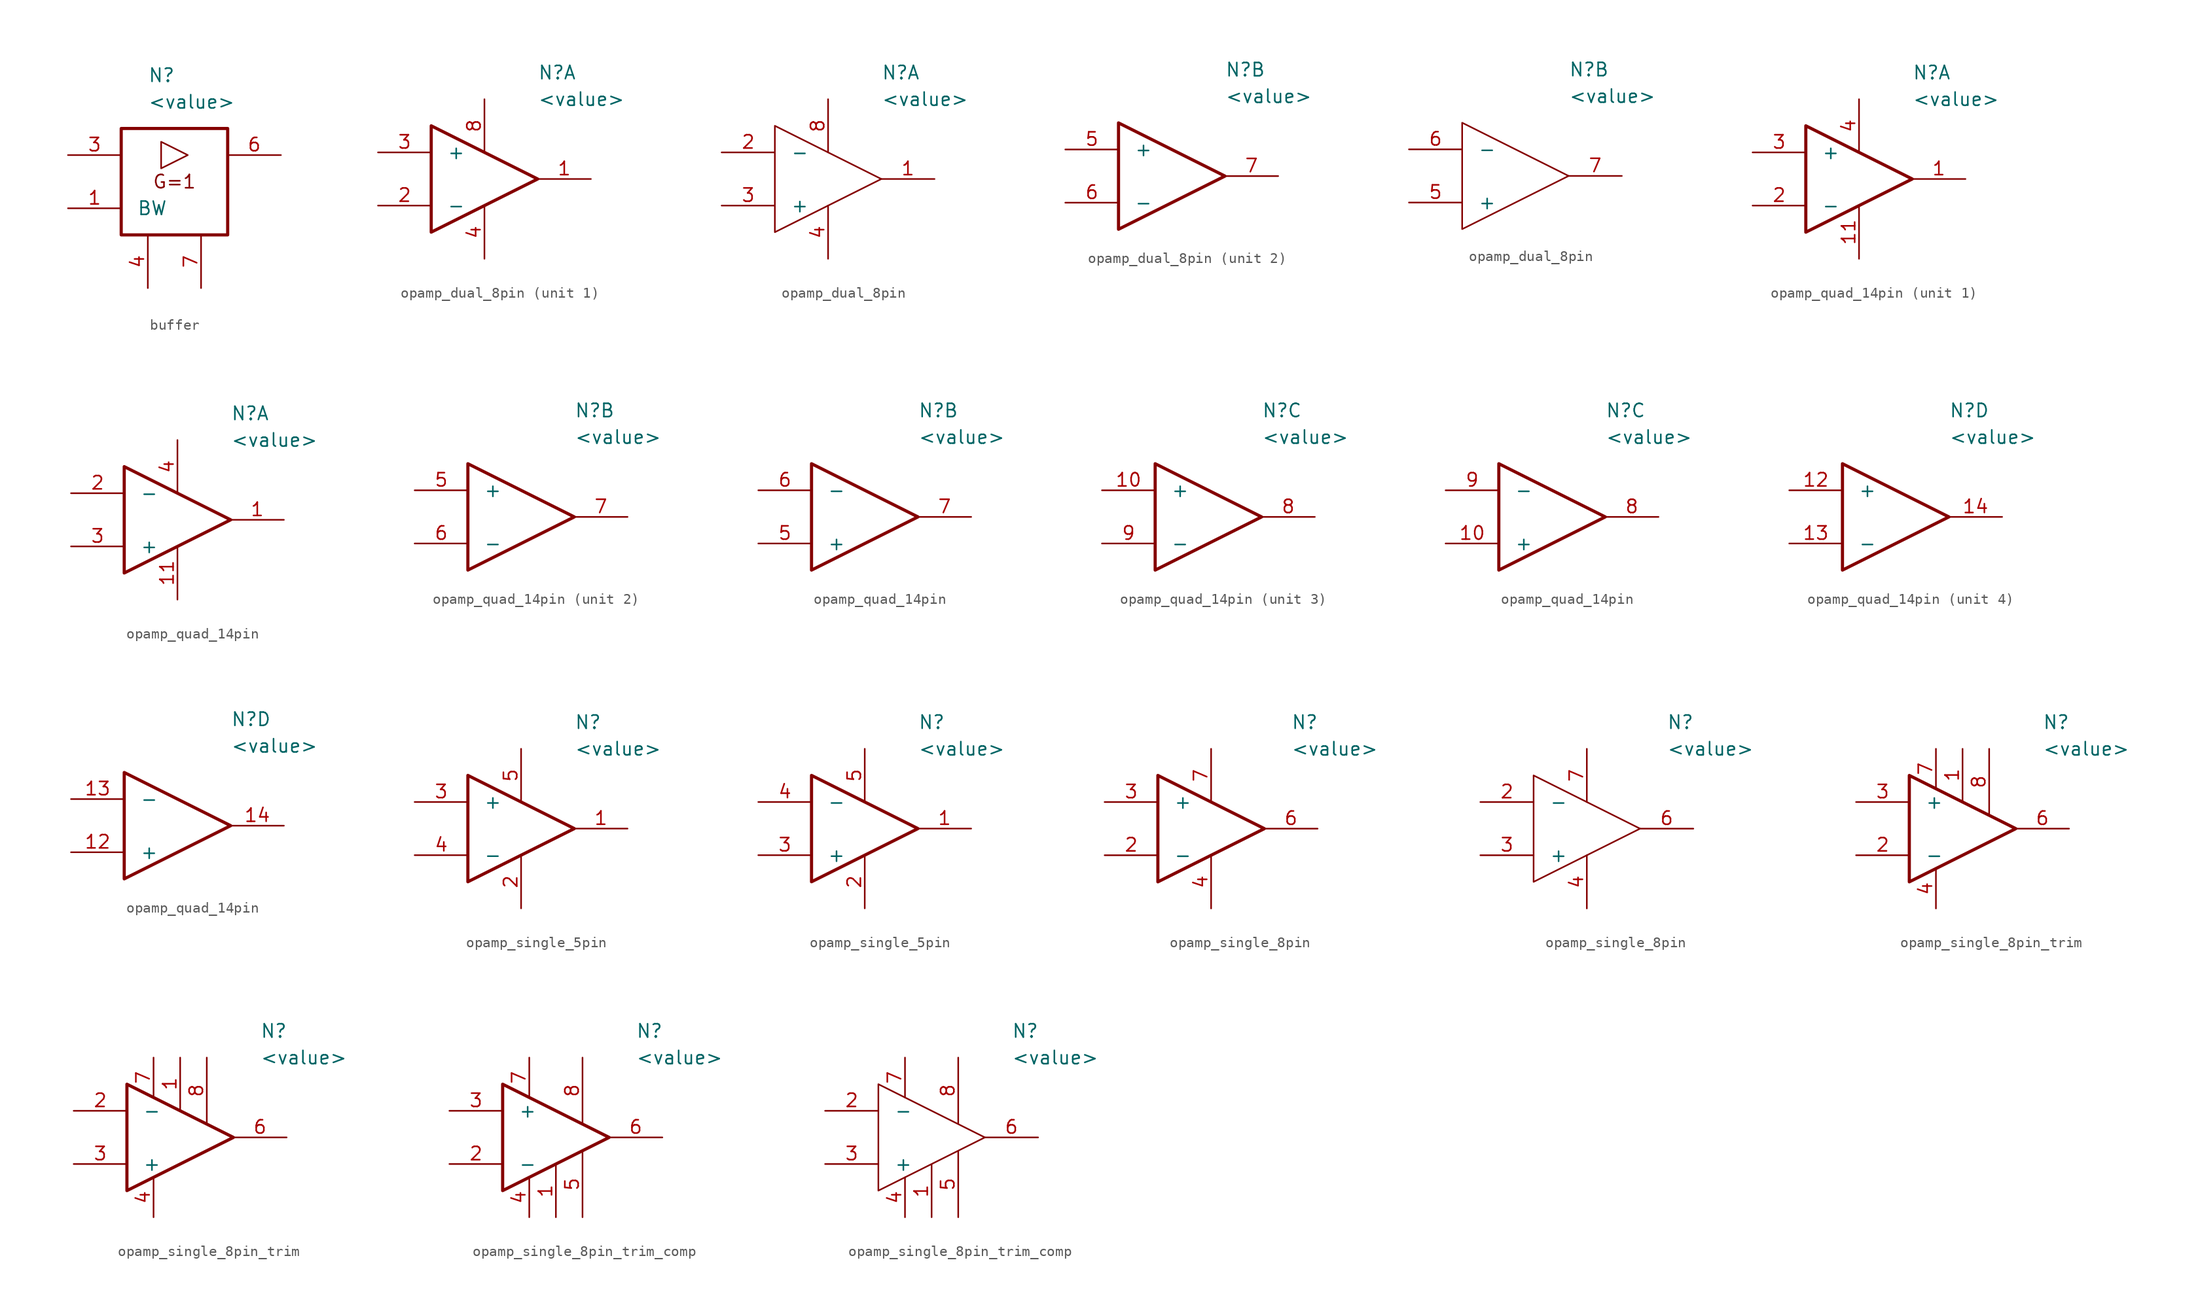
<source format=kicad_sym>
(kicad_symbol_lib
  (version 20241209)
  (generator "kicad_symbol_editor")
  (generator_version "9.0")
  (symbol "buffer"
    (pin_names
      (offset 1.5))
    (property "Reference" "N"
      (at -2.54 10.16 0)
      (effects (font (size 1.27 1.27)) (justify left)))
    (property "Value" "<value>"
      (at -2.54 7.62 0)
      (effects (font (size 1.27 1.27)) (justify left)))
    (symbol "buffer_0_1"
      (rectangle (start -5.08 5.08) (end 5.08 -5.08) (stroke (width 0.3) (type default)) (fill (type none)))
      (polyline (pts (xy -1.27 3.81) (xy -1.27 1.27) (xy 1.27 2.54) (xy -1.27 3.81)) (stroke (width 0) (type default)) (fill (type none))))
    (symbol "buffer_1_1"
      (text "G=1" (at 0 0 0) (effects (font (size 1.27 1.27))))
      (pin input line (at -10.16 2.54 0) (length 5.08) (name "" (effects (font (size 1.27 1.27)))) (number "3" (effects (font (size 1.27 1.27)))))
      (pin input line (at -10.16 -2.54 0) (length 5.08) (name "BW" (effects (font (size 1.27 1.27)))) (number "1" (effects (font (size 1.27 1.27)))))
      (pin power_in line (at -2.54 -10.16 90) (length 5.08) (name "" (effects (font (size 1.27 1.27)))) (number "4" (effects (font (size 1.27 1.27)))))
      (pin power_in line (at 2.54 -10.16 90) (length 5.08) (name "" (effects (font (size 1.27 1.27)))) (number "7" (effects (font (size 1.27 1.27)))))
      (pin output line (at 10.16 2.54 180) (length 5.08) (name "" (effects (font (size 1.27 1.27)))) (number "6" (effects (font (size 1.27 1.27)))))))
  (symbol "opamp_dual_8pin"
    (pin_names
      (offset 1.5))
    (property "Reference" "N"
      (at 10.16 10.16 0)
      (effects (font (size 1.27 1.27)) (justify left)))
    (property "Value" "<value>"
      (at 10.16 7.62 0)
      (effects (font (size 1.27 1.27)) (justify left)))
    (symbol "opamp_dual_8pin_0_1"
      (polyline (pts (xy 0 5.08) (xy 0 -5.08) (xy 10.16 0) (xy 0 5.08)) (stroke (width 0.3) (type default)) (fill (type none))))
    (symbol "opamp_dual_8pin_0_2"
      (polyline (pts (xy 0 5.08) (xy 0 -5.08) (xy 10.16 0) (xy 0 5.08)) (stroke (width 0) (type default)) (fill (type none))))
    (symbol "opamp_dual_8pin_1_1"
      (pin input line (at -5.08 2.54 0) (length 5.08) (name "+" (effects (font (size 1.27 1.27)))) (number "3" (effects (font (size 1.27 1.27)))))
      (pin input line (at -5.08 -2.54 0) (length 5.08) (name "-" (effects (font (size 1.27 1.27)))) (number "2" (effects (font (size 1.27 1.27)))))
      (pin power_in line (at 5.08 7.62 270) (length 5.08) (name "" (effects (font (size 1.27 1.27)))) (number "8" (effects (font (size 1.27 1.27)))))
      (pin power_in line (at 5.08 -7.62 90) (length 5.08) (name "" (effects (font (size 1.27 1.27)))) (number "4" (effects (font (size 1.27 1.27)))))
      (pin output line (at 15.24 0 180) (length 5.08) (name "" (effects (font (size 1.27 1.27)))) (number "1" (effects (font (size 1.27 1.27))))))
    (symbol "opamp_dual_8pin_1_2"
      (pin input line (at -5.08 2.54 0) (length 5.08) (name "-" (effects (font (size 1.27 1.27)))) (number "2" (effects (font (size 1.27 1.27)))))
      (pin input line (at -5.08 -2.54 0) (length 5.08) (name "+" (effects (font (size 1.27 1.27)))) (number "3" (effects (font (size 1.27 1.27)))))
      (pin power_in line (at 5.08 7.62 270) (length 5.08) (name "" (effects (font (size 1.27 1.27)))) (number "8" (effects (font (size 1.27 1.27)))))
      (pin power_in line (at 5.08 -7.62 90) (length 5.08) (name "" (effects (font (size 1.27 1.27)))) (number "4" (effects (font (size 1.27 1.27)))))
      (pin output line (at 15.24 0 180) (length 5.08) (name "" (effects (font (size 1.27 1.27)))) (number "1" (effects (font (size 1.27 1.27))))))
    (symbol "opamp_dual_8pin_2_1"
      (pin input line (at -5.08 2.54 0) (length 5.08) (name "+" (effects (font (size 1.27 1.27)))) (number "5" (effects (font (size 1.27 1.27)))))
      (pin input line (at -5.08 -2.54 0) (length 5.08) (name "-" (effects (font (size 1.27 1.27)))) (number "6" (effects (font (size 1.27 1.27)))))
      (pin output line (at 15.24 0 180) (length 5.08) (name "" (effects (font (size 1.27 1.27)))) (number "7" (effects (font (size 1.27 1.27))))))
    (symbol "opamp_dual_8pin_2_2"
      (pin input line (at -5.08 2.54 0) (length 5.08) (name "-" (effects (font (size 1.27 1.27)))) (number "6" (effects (font (size 1.27 1.27)))))
      (pin input line (at -5.08 -2.54 0) (length 5.08) (name "+" (effects (font (size 1.27 1.27)))) (number "5" (effects (font (size 1.27 1.27)))))
      (pin output line (at 15.24 0 180) (length 5.08) (name "" (effects (font (size 1.27 1.27)))) (number "7" (effects (font (size 1.27 1.27)))))))
  (symbol "opamp_quad_14pin"
    (pin_names
      (offset 1.5))
    (property "Reference" "N"
      (at 10.16 10.16 0)
      (effects (font (size 1.27 1.27)) (justify left)))
    (property "Value" "<value>"
      (at 10.16 7.62 0)
      (effects (font (size 1.27 1.27)) (justify left)))
    (symbol "opamp_quad_14pin_0_1"
      (polyline (pts (xy 0 5.08) (xy 0 -5.08) (xy 10.16 0) (xy 0 5.08)) (stroke (width 0.3) (type default)) (fill (type none))))
    (symbol "opamp_quad_14pin_0_2"
      (polyline (pts (xy 0 5.08) (xy 0 -5.08) (xy 10.16 0) (xy 0 5.08)) (stroke (width 0.3) (type solid)) (fill (type none))))
    (symbol "opamp_quad_14pin_1_1"
      (pin input line (at -5.08 2.54 0) (length 5.08) (name "+" (effects (font (size 1.27 1.27)))) (number "3" (effects (font (size 1.27 1.27)))))
      (pin input line (at -5.08 -2.54 0) (length 5.08) (name "-" (effects (font (size 1.27 1.27)))) (number "2" (effects (font (size 1.27 1.27)))))
      (pin power_in line (at 5.08 7.62 270) (length 5.08) (name "" (effects (font (size 1.27 1.27)))) (number "4" (effects (font (size 1.27 1.27)))))
      (pin power_in line (at 5.08 -7.62 90) (length 5.08) (name "" (effects (font (size 1.27 1.27)))) (number "11" (effects (font (size 1.27 1.27)))))
      (pin output line (at 15.24 0 180) (length 5.08) (name "" (effects (font (size 1.27 1.27)))) (number "1" (effects (font (size 1.27 1.27))))))
    (symbol "opamp_quad_14pin_1_2"
      (pin input line (at -5.08 2.54 0) (length 5.08) (name "-" (effects (font (size 1.27 1.27)))) (number "2" (effects (font (size 1.27 1.27)))))
      (pin input line (at -5.08 -2.54 0) (length 5.08) (name "+" (effects (font (size 1.27 1.27)))) (number "3" (effects (font (size 1.27 1.27)))))
      (pin power_in line (at 5.08 7.62 270) (length 5.08) (name "" (effects (font (size 1.27 1.27)))) (number "4" (effects (font (size 1.27 1.27)))))
      (pin power_in line (at 5.08 -7.62 90) (length 5.08) (name "" (effects (font (size 1.27 1.27)))) (number "11" (effects (font (size 1.27 1.27)))))
      (pin output line (at 15.24 0 180) (length 5.08) (name "" (effects (font (size 1.27 1.27)))) (number "1" (effects (font (size 1.27 1.27))))))
    (symbol "opamp_quad_14pin_2_1"
      (pin input line (at -5.08 2.54 0) (length 5.08) (name "+" (effects (font (size 1.27 1.27)))) (number "5" (effects (font (size 1.27 1.27)))))
      (pin input line (at -5.08 -2.54 0) (length 5.08) (name "-" (effects (font (size 1.27 1.27)))) (number "6" (effects (font (size 1.27 1.27)))))
      (pin output line (at 15.24 0 180) (length 5.08) (name "" (effects (font (size 1.27 1.27)))) (number "7" (effects (font (size 1.27 1.27))))))
    (symbol "opamp_quad_14pin_2_2"
      (pin input line (at -5.08 2.54 0) (length 5.08) (name "-" (effects (font (size 1.27 1.27)))) (number "6" (effects (font (size 1.27 1.27)))))
      (pin input line (at -5.08 -2.54 0) (length 5.08) (name "+" (effects (font (size 1.27 1.27)))) (number "5" (effects (font (size 1.27 1.27)))))
      (pin output line (at 15.24 0 180) (length 5.08) (name "" (effects (font (size 1.27 1.27)))) (number "7" (effects (font (size 1.27 1.27))))))
    (symbol "opamp_quad_14pin_3_1"
      (pin input line (at -5.08 2.54 0) (length 5.08) (name "+" (effects (font (size 1.27 1.27)))) (number "10" (effects (font (size 1.27 1.27)))))
      (pin input line (at -5.08 -2.54 0) (length 5.08) (name "-" (effects (font (size 1.27 1.27)))) (number "9" (effects (font (size 1.27 1.27)))))
      (pin output line (at 15.24 0 180) (length 5.08) (name "" (effects (font (size 1.27 1.27)))) (number "8" (effects (font (size 1.27 1.27))))))
    (symbol "opamp_quad_14pin_3_2"
      (pin input line (at -5.08 2.54 0) (length 5.08) (name "-" (effects (font (size 1.27 1.27)))) (number "9" (effects (font (size 1.27 1.27)))))
      (pin input line (at -5.08 -2.54 0) (length 5.08) (name "+" (effects (font (size 1.27 1.27)))) (number "10" (effects (font (size 1.27 1.27)))))
      (pin output line (at 15.24 0 180) (length 5.08) (name "" (effects (font (size 1.27 1.27)))) (number "8" (effects (font (size 1.27 1.27))))))
    (symbol "opamp_quad_14pin_4_1"
      (pin input line (at -5.08 2.54 0) (length 5.08) (name "+" (effects (font (size 1.27 1.27)))) (number "12" (effects (font (size 1.27 1.27)))))
      (pin input line (at -5.08 -2.54 0) (length 5.08) (name "-" (effects (font (size 1.27 1.27)))) (number "13" (effects (font (size 1.27 1.27)))))
      (pin output line (at 15.24 0 180) (length 5.08) (name "" (effects (font (size 1.27 1.27)))) (number "14" (effects (font (size 1.27 1.27))))))
    (symbol "opamp_quad_14pin_4_2"
      (pin input line (at -5.08 2.54 0) (length 5.08) (name "-" (effects (font (size 1.27 1.27)))) (number "13" (effects (font (size 1.27 1.27)))))
      (pin input line (at -5.08 -2.54 0) (length 5.08) (name "+" (effects (font (size 1.27 1.27)))) (number "12" (effects (font (size 1.27 1.27)))))
      (pin output line (at 15.24 0 180) (length 5.08) (name "" (effects (font (size 1.27 1.27)))) (number "14" (effects (font (size 1.27 1.27)))))))
  (symbol "opamp_single_5pin"
    (pin_names
      (offset 1.5))
    (property "Reference" "N"
      (at 10.16 10.16 0)
      (effects (font (size 1.27 1.27)) (justify left)))
    (property "Value" "<value>"
      (at 10.16 7.62 0)
      (effects (font (size 1.27 1.27)) (justify left)))
    (symbol "opamp_single_5pin_0_1"
      (polyline (pts (xy 0 5.08) (xy 0 -5.08) (xy 10.16 0) (xy 0 5.08)) (stroke (width 0.3) (type default)) (fill (type none))))
    (symbol "opamp_single_5pin_0_2"
      (polyline (pts (xy 0 5.08) (xy 0 -5.08) (xy 10.16 0) (xy 0 5.08)) (stroke (width 0.3) (type default)) (fill (type none))))
    (symbol "opamp_single_5pin_1_1"
      (pin passive line (at -5.08 2.54 0) (length 5.08) (name "+" (effects (font (size 1.27 1.27)))) (number "3" (effects (font (size 1.27 1.27)))))
      (pin passive line (at -5.08 -2.54 0) (length 5.08) (name "-" (effects (font (size 1.27 1.27)))) (number "4" (effects (font (size 1.27 1.27)))))
      (pin passive line (at 5.08 7.62 270) (length 5.08) (name "" (effects (font (size 1.27 1.27)))) (number "5" (effects (font (size 1.27 1.27)))))
      (pin passive line (at 5.08 -7.62 90) (length 5.08) (name "" (effects (font (size 1.27 1.27)))) (number "2" (effects (font (size 1.27 1.27)))))
      (pin passive line (at 15.24 0 180) (length 5.08) (name "" (effects (font (size 1.27 1.27)))) (number "1" (effects (font (size 1.27 1.27))))))
    (symbol "opamp_single_5pin_1_2"
      (pin passive line (at -5.08 2.54 0) (length 5.08) (name "-" (effects (font (size 1.27 1.27)))) (number "4" (effects (font (size 1.27 1.27)))))
      (pin passive line (at -5.08 -2.54 0) (length 5.08) (name "+" (effects (font (size 1.27 1.27)))) (number "3" (effects (font (size 1.27 1.27)))))
      (pin passive line (at 5.08 7.62 270) (length 5.08) (name "" (effects (font (size 1.27 1.27)))) (number "5" (effects (font (size 1.27 1.27)))))
      (pin passive line (at 5.08 -7.62 90) (length 5.08) (name "" (effects (font (size 1.27 1.27)))) (number "2" (effects (font (size 1.27 1.27)))))
      (pin passive line (at 15.24 0 180) (length 5.08) (name "" (effects (font (size 1.27 1.27)))) (number "1" (effects (font (size 1.27 1.27)))))))
  (symbol "opamp_single_8pin"
    (pin_names
      (offset 1.5))
    (property "Reference" "N"
      (at 12.7 10.16 0)
      (effects (font (size 1.27 1.27)) (justify left)))
    (property "Value" "<value>"
      (at 12.7 7.62 0)
      (effects (font (size 1.27 1.27)) (justify left)))
    (symbol "opamp_single_8pin_0_1"
      (polyline (pts (xy 0 5.08) (xy 0 -5.08) (xy 10.16 0) (xy 0 5.08)) (stroke (width 0.3) (type default)) (fill (type none))))
    (symbol "opamp_single_8pin_0_2"
      (polyline (pts (xy 0 5.08) (xy 0 -5.08) (xy 10.16 0) (xy 0 5.08)) (stroke (width 0) (type default)) (fill (type none))))
    (symbol "opamp_single_8pin_1_1"
      (pin input line (at -5.08 2.54 0) (length 5.08) (name "+" (effects (font (size 1.27 1.27)))) (number "3" (effects (font (size 1.27 1.27)))))
      (pin input line (at -5.08 -2.54 0) (length 5.08) (name "-" (effects (font (size 1.27 1.27)))) (number "2" (effects (font (size 1.27 1.27)))))
      (pin power_in line (at 5.08 7.62 270) (length 5.08) (name "" (effects (font (size 1.27 1.27)))) (number "7" (effects (font (size 1.27 1.27)))))
      (pin power_in line (at 5.08 -7.62 90) (length 5.08) (name "" (effects (font (size 1.27 1.27)))) (number "4" (effects (font (size 1.27 1.27)))))
      (pin output line (at 15.24 0 180) (length 5.08) (name "" (effects (font (size 1.27 1.27)))) (number "6" (effects (font (size 1.27 1.27))))))
    (symbol "opamp_single_8pin_1_2"
      (pin input line (at -5.08 2.54 0) (length 5.08) (name "-" (effects (font (size 1.27 1.27)))) (number "2" (effects (font (size 1.27 1.27)))))
      (pin input line (at -5.08 -2.54 0) (length 5.08) (name "+" (effects (font (size 1.27 1.27)))) (number "3" (effects (font (size 1.27 1.27)))))
      (pin power_in line (at 5.08 7.62 270) (length 5.08) (name "" (effects (font (size 1.27 1.27)))) (number "7" (effects (font (size 1.27 1.27)))))
      (pin power_in line (at 5.08 -7.62 90) (length 5.08) (name "" (effects (font (size 1.27 1.27)))) (number "4" (effects (font (size 1.27 1.27)))))
      (pin output line (at 15.24 0 180) (length 5.08) (name "" (effects (font (size 1.27 1.27)))) (number "6" (effects (font (size 1.27 1.27)))))))
  (symbol "opamp_single_8pin_trim"
    (pin_names
      (offset 1.5))
    (property "Reference" "N"
      (at 12.7 10.16 0)
      (effects (font (size 1.27 1.27)) (justify left)))
    (property "Value" "<value>"
      (at 12.7 7.62 0)
      (effects (font (size 1.27 1.27)) (justify left)))
    (symbol "opamp_single_8pin_trim_0_1"
      (polyline (pts (xy 0 5.08) (xy 0 -5.08) (xy 10.16 0) (xy 0 5.08)) (stroke (width 0.3) (type default)) (fill (type none))))
    (symbol "opamp_single_8pin_trim_0_2"
      (polyline (pts (xy 0 5.08) (xy 0 -5.08) (xy 10.16 0) (xy 0 5.08)) (stroke (width 0.3) (type default)) (fill (type none))))
    (symbol "opamp_single_8pin_trim_1_1"
      (pin input line (at -5.08 2.54 0) (length 5.08) (name "+" (effects (font (size 1.27 1.27)))) (number "3" (effects (font (size 1.27 1.27)))))
      (pin input line (at -5.08 -2.54 0) (length 5.08) (name "-" (effects (font (size 1.27 1.27)))) (number "2" (effects (font (size 1.27 1.27)))))
      (pin power_in line (at 2.54 7.62 270) (length 3.8) (name "" (effects (font (size 1.27 1.27)))) (number "7" (effects (font (size 1.27 1.27)))))
      (pin power_in line (at 2.54 -7.62 90) (length 3.8) (name "" (effects (font (size 1.27 1.27)))) (number "4" (effects (font (size 1.27 1.27)))))
      (pin passive line (at 5.08 7.62 270) (length 5) (name "" (effects (font (size 1.27 1.27)))) (number "1" (effects (font (size 1.27 1.27)))))
      (pin passive line (at 7.62 7.62 270) (length 6.3) (name "" (effects (font (size 1.27 1.27)))) (number "8" (effects (font (size 1.27 1.27)))))
      (pin output line (at 15.24 0 180) (length 5.08) (name "" (effects (font (size 1.27 1.27)))) (number "6" (effects (font (size 1.27 1.27))))))
    (symbol "opamp_single_8pin_trim_1_2"
      (pin input line (at -5.08 2.54 0) (length 5.08) (name "-" (effects (font (size 1.27 1.27)))) (number "2" (effects (font (size 1.27 1.27)))))
      (pin input line (at -5.08 -2.54 0) (length 5.08) (name "+" (effects (font (size 1.27 1.27)))) (number "3" (effects (font (size 1.27 1.27)))))
      (pin power_in line (at 2.54 7.62 270) (length 3.8) (name "" (effects (font (size 1.27 1.27)))) (number "7" (effects (font (size 1.27 1.27)))))
      (pin power_in line (at 2.54 -7.62 90) (length 3.8) (name "" (effects (font (size 1.27 1.27)))) (number "4" (effects (font (size 1.27 1.27)))))
      (pin passive line (at 5.08 7.62 270) (length 5) (name "" (effects (font (size 1.27 1.27)))) (number "1" (effects (font (size 1.27 1.27)))))
      (pin passive line (at 7.62 7.62 270) (length 6.3) (name "" (effects (font (size 1.27 1.27)))) (number "8" (effects (font (size 1.27 1.27)))))
      (pin output line (at 15.24 0 180) (length 5.08) (name "" (effects (font (size 1.27 1.27)))) (number "6" (effects (font (size 1.27 1.27)))))))
  (symbol "opamp_single_8pin_trim_comp"
    (pin_names
      (offset 1.5))
    (property "Reference" "N"
      (at 12.7 10.16 0)
      (effects (font (size 1.27 1.27)) (justify left)))
    (property "Value" "<value>"
      (at 12.7 7.62 0)
      (effects (font (size 1.27 1.27)) (justify left)))
    (symbol "opamp_single_8pin_trim_comp_0_1"
      (polyline (pts (xy 0 5.08) (xy 0 -5.08) (xy 10.16 0) (xy 0 5.08)) (stroke (width 0.3) (type default)) (fill (type none))))
    (symbol "opamp_single_8pin_trim_comp_0_2"
      (polyline (pts (xy 0 5.08) (xy 0 -5.08) (xy 10.16 0) (xy 0 5.08)) (stroke (width 0) (type default)) (fill (type none))))
    (symbol "opamp_single_8pin_trim_comp_1_1"
      (pin input line (at -5.08 2.54 0) (length 5.08) (name "+" (effects (font (size 1.27 1.27)))) (number "3" (effects (font (size 1.27 1.27)))))
      (pin input line (at -5.08 -2.54 0) (length 5.08) (name "-" (effects (font (size 1.27 1.27)))) (number "2" (effects (font (size 1.27 1.27)))))
      (pin power_in line (at 2.54 7.62 270) (length 3.8) (name "" (effects (font (size 1.27 1.27)))) (number "7" (effects (font (size 1.27 1.27)))))
      (pin power_in line (at 2.54 -7.62 90) (length 3.8) (name "" (effects (font (size 1.27 1.27)))) (number "4" (effects (font (size 1.27 1.27)))))
      (pin passive line (at 5.08 -7.62 90) (length 5) (name "" (effects (font (size 1.27 1.27)))) (number "1" (effects (font (size 1.27 1.27)))))
      (pin passive line (at 7.62 7.62 270) (length 6.3) (name "" (effects (font (size 1.27 1.27)))) (number "8" (effects (font (size 1.27 1.27)))))
      (pin passive line (at 7.62 -7.62 90) (length 6.3) (name "" (effects (font (size 1.27 1.27)))) (number "5" (effects (font (size 1.27 1.27)))))
      (pin output line (at 15.24 0 180) (length 5.08) (name "" (effects (font (size 1.27 1.27)))) (number "6" (effects (font (size 1.27 1.27))))))
    (symbol "opamp_single_8pin_trim_comp_1_2"
      (pin input line (at -5.08 2.54 0) (length 5.08) (name "-" (effects (font (size 1.27 1.27)))) (number "2" (effects (font (size 1.27 1.27)))))
      (pin input line (at -5.08 -2.54 0) (length 5.08) (name "+" (effects (font (size 1.27 1.27)))) (number "3" (effects (font (size 1.27 1.27)))))
      (pin power_in line (at 2.54 7.62 270) (length 3.8) (name "" (effects (font (size 1.27 1.27)))) (number "7" (effects (font (size 1.27 1.27)))))
      (pin power_in line (at 2.54 -7.62 90) (length 3.8) (name "" (effects (font (size 1.27 1.27)))) (number "4" (effects (font (size 1.27 1.27)))))
      (pin passive line (at 5.08 -7.62 90) (length 5) (name "" (effects (font (size 1.27 1.27)))) (number "1" (effects (font (size 1.27 1.27)))))
      (pin passive line (at 7.62 7.62 270) (length 6.3) (name "" (effects (font (size 1.27 1.27)))) (number "8" (effects (font (size 1.27 1.27)))))
      (pin passive line (at 7.62 -7.62 90) (length 6.3) (name "" (effects (font (size 1.27 1.27)))) (number "5" (effects (font (size 1.27 1.27)))))
      (pin output line (at 15.24 0 180) (length 5.08) (name "" (effects (font (size 1.27 1.27)))) (number "6" (effects (font (size 1.27 1.27))))))))
</source>
